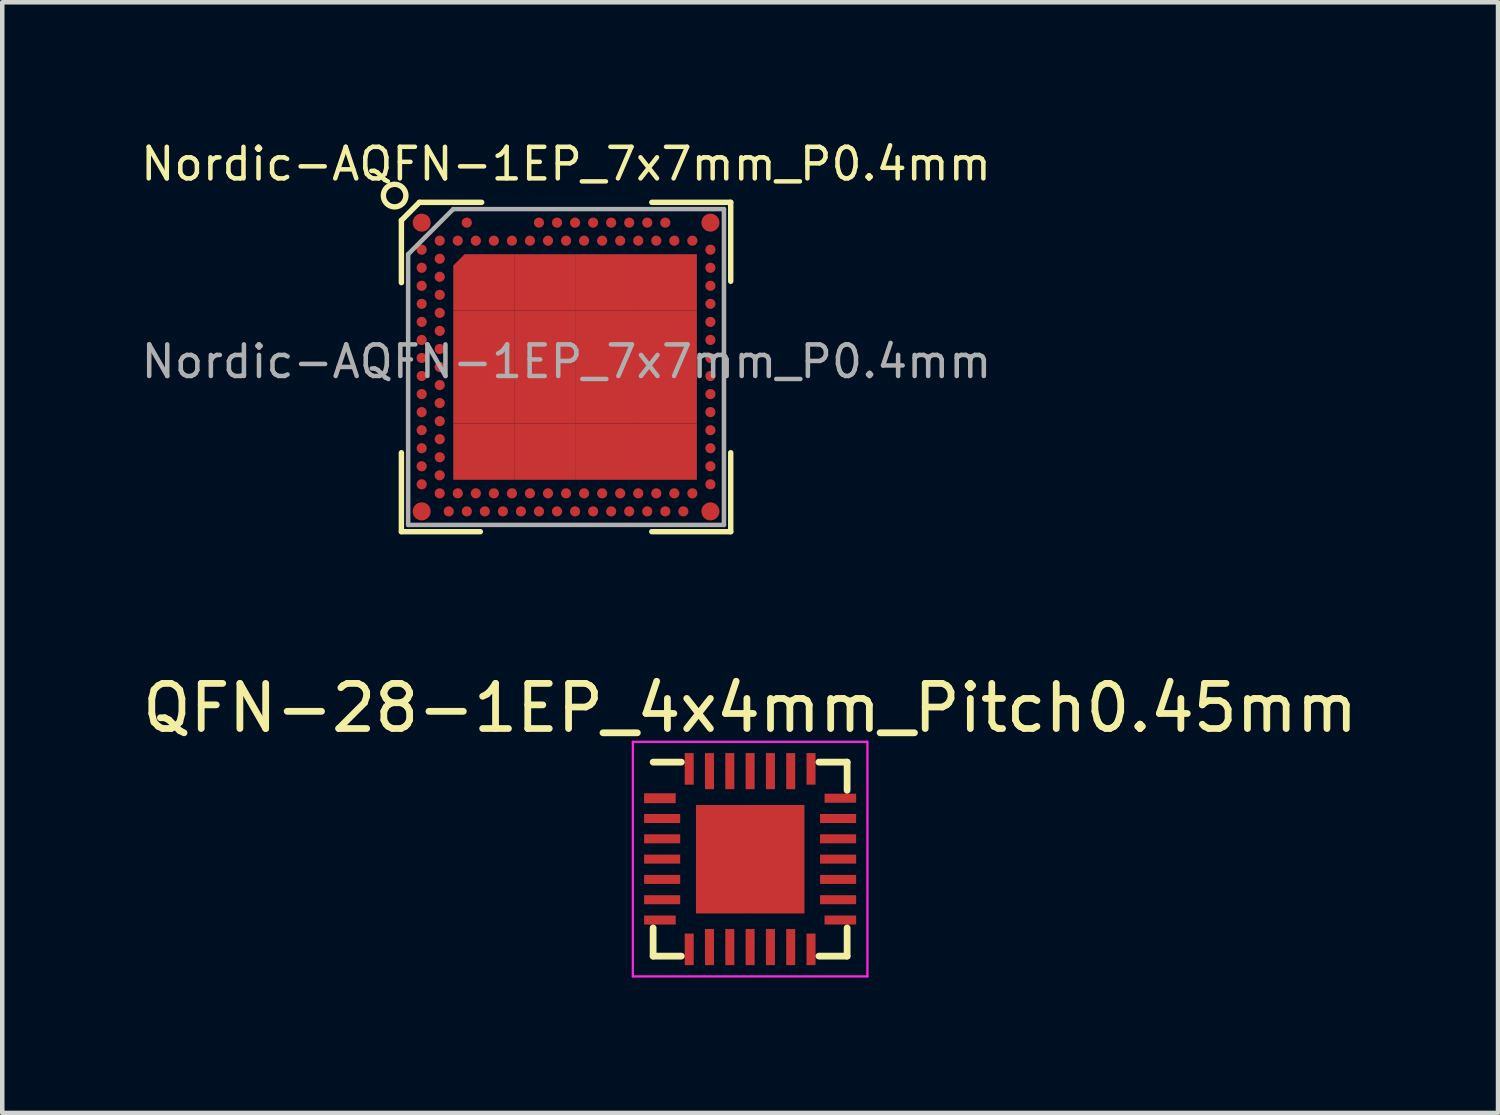
<source format=kicad_pcb>
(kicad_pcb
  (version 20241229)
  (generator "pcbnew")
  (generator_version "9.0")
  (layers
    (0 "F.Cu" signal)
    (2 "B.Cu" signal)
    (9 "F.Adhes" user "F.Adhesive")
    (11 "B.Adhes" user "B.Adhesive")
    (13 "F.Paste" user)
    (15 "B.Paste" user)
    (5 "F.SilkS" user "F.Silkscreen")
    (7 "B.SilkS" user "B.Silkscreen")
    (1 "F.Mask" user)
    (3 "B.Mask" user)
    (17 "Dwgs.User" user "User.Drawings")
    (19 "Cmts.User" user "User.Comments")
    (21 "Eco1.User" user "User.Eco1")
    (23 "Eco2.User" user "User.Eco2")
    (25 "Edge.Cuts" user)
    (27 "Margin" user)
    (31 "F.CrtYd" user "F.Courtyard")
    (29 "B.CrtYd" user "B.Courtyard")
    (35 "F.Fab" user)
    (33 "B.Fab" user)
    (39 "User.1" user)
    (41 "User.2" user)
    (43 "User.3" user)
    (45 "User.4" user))
  (footprint "QFN-28-1EP_4x4mm_Pitch0.45mm"
    (layer "F.Cu")
    (at 13.577 15.993)
    (property "Reference" "QFN-28-1EP_4x4mm_Pitch0.45mm" (at 0 -3.35 0) (layer "F.SilkS") (effects (font (size 1 1) (thickness 0.15))))
    (attr smd)
    (fp_line (start -2.15 -2.15) (end -1.525 -2.15) (stroke (width 0.15) (type solid)) (layer "F.SilkS"))
    (fp_line (start -2.15 2.15) (end -2.15 1.525) (stroke (width 0.15) (type solid)) (layer "F.SilkS"))
    (fp_line (start -2.15 2.15) (end -1.525 2.15) (stroke (width 0.15) (type solid)) (layer "F.SilkS"))
    (fp_line (start 2.15 -2.15) (end 1.525 -2.15) (stroke (width 0.15) (type solid)) (layer "F.SilkS"))
    (fp_line (start 2.15 -2.15) (end 2.15 -1.525) (stroke (width 0.15) (type solid)) (layer "F.SilkS"))
    (fp_line (start 2.15 2.15) (end 1.525 2.15) (stroke (width 0.15) (type solid)) (layer "F.SilkS"))
    (fp_line (start 2.15 2.15) (end 2.15 1.525) (stroke (width 0.15) (type solid)) (layer "F.SilkS"))
    (fp_line (start -2.6 -2.6) (end -2.6 2.6) (stroke (width 0.05) (type solid)) (layer "F.CrtYd"))
    (fp_line (start -2.6 -2.6) (end 2.6 -2.6) (stroke (width 0.05) (type solid)) (layer "F.CrtYd"))
    (fp_line (start -2.6 2.6) (end 2.6 2.6) (stroke (width 0.05) (type solid)) (layer "F.CrtYd"))
    (fp_line (start 2.6 -2.6) (end 2.6 2.6) (stroke (width 0.05) (type solid)) (layer "F.CrtYd"))
    (pad "1" smd rect (at -2 -1.35) (size 0.7 0.22) (layers "F.Cu" "F.Mask" "F.Paste"))
    (pad "2" smd rect (at -1.95 -0.9) (size 0.8 0.2) (layers "F.Cu" "F.Mask" "F.Paste"))
    (pad "3" smd rect (at -1.95 -0.45) (size 0.8 0.2) (layers "F.Cu" "F.Mask" "F.Paste"))
    (pad "4" smd rect (at -1.95 0) (size 0.8 0.2) (layers "F.Cu" "F.Mask" "F.Paste"))
    (pad "5" smd rect (at -1.95 0.45) (size 0.8 0.2) (layers "F.Cu" "F.Mask" "F.Paste"))
    (pad "6" smd rect (at -1.95 0.9) (size 0.8 0.2) (layers "F.Cu" "F.Mask" "F.Paste"))
    (pad "7" smd rect (at -2 1.35) (size 0.7 0.2) (layers "F.Cu" "F.Mask" "F.Paste"))
    (pad "8" smd rect (at -1.35 2 90) (size 0.7 0.2) (layers "F.Cu" "F.Mask" "F.Paste"))
    (pad "9" smd rect (at -0.9 1.95 90) (size 0.8 0.2) (layers "F.Cu" "F.Mask" "F.Paste"))
    (pad "10" smd rect (at -0.45 1.95 90) (size 0.8 0.2) (layers "F.Cu" "F.Mask" "F.Paste"))
    (pad "11" smd rect (at 0 1.95 90) (size 0.8 0.2) (layers "F.Cu" "F.Mask" "F.Paste"))
    (pad "12" smd rect (at 0.45 1.95 90) (size 0.8 0.2) (layers "F.Cu" "F.Mask" "F.Paste"))
    (pad "13" smd rect (at 0.9 1.95 90) (size 0.8 0.2) (layers "F.Cu" "F.Mask" "F.Paste"))
    (pad "14" smd rect (at 1.35 2 90) (size 0.7 0.2) (layers "F.Cu" "F.Mask" "F.Paste"))
    (pad "15" smd rect (at 2 1.35) (size 0.7 0.2) (layers "F.Cu" "F.Mask" "F.Paste"))
    (pad "16" smd rect (at 1.95 0.9) (size 0.8 0.2) (layers "F.Cu" "F.Mask" "F.Paste"))
    (pad "17" smd rect (at 1.95 0.45) (size 0.8 0.2) (layers "F.Cu" "F.Mask" "F.Paste"))
    (pad "18" smd rect (at 1.95 0) (size 0.8 0.2) (layers "F.Cu" "F.Mask" "F.Paste"))
    (pad "19" smd rect (at 1.95 -0.45) (size 0.8 0.2) (layers "F.Cu" "F.Mask" "F.Paste"))
    (pad "20" smd rect (at 1.95 -0.9) (size 0.8 0.2) (layers "F.Cu" "F.Mask" "F.Paste"))
    (pad "21" smd rect (at 2 -1.35) (size 0.7 0.2) (layers "F.Cu" "F.Mask" "F.Paste"))
    (pad "22" smd rect (at 1.35 -2 90) (size 0.7 0.2) (layers "F.Cu" "F.Mask" "F.Paste"))
    (pad "23" smd rect (at 0.9 -1.95 90) (size 0.8 0.2) (layers "F.Cu" "F.Mask" "F.Paste"))
    (pad "24" smd rect (at 0.45 -1.95 90) (size 0.8 0.2) (layers "F.Cu" "F.Mask" "F.Paste"))
    (pad "25" smd rect (at 0 -1.95 90) (size 0.8 0.2) (layers "F.Cu" "F.Mask" "F.Paste"))
    (pad "26" smd rect (at -0.45 -1.95 90) (size 0.8 0.2) (layers "F.Cu" "F.Mask" "F.Paste"))
    (pad "27" smd rect (at -0.9 -1.95 90) (size 0.8 0.2) (layers "F.Cu" "F.Mask" "F.Paste"))
    (pad "28" smd rect (at -1.35 -2 90) (size 0.7 0.2) (layers "F.Cu" "F.Mask" "F.Paste"))
    (pad "29" smd rect (at -0.6 0.6) (size 1.2 1.2) (layers "F.Cu" "F.Mask" "F.Paste"))
    (pad "29" smd rect (at 0 0) (size 2.4 2.4) (layers "F.Cu" "F.Mask" "F.Paste"))
    (pad "29" smd rect (at 0.6 -0.6) (size 1.2 1.2) (layers "F.Cu" "F.Mask" "F.Paste"))
    (pad "29" smd rect (at 0.6 0.6) (size 1.2 1.2) (layers "F.Cu" "F.Mask" "F.Paste")))
  (footprint "Nordic-AQFN-1EP_7x7mm_P0.4mm"
    (layer "F.Cu")
    (at 9.497 5.085)
    (property "Reference" "Nordic-AQFN-1EP_7x7mm_P0.4mm" (at 0 -4.5 0) (layer "F.SilkS") (effects (font (size 0.7 0.7) (thickness 0.1))))
    (attr smd)
    (fp_line (start -3.65 -3.25) (end -3.65 -1.87) (stroke (width 0.12) (type solid)) (layer "F.SilkS"))
    (fp_line (start -3.65 3.65) (end -3.65 1.9) (stroke (width 0.12) (type solid)) (layer "F.SilkS"))
    (fp_line (start -3.25 -3.65) (end -3.65 -3.25) (stroke (width 0.12) (type solid)) (layer "F.SilkS"))
    (fp_line (start -3.25 -3.65) (end -1.87 -3.65) (stroke (width 0.12) (type solid)) (layer "F.SilkS"))
    (fp_line (start -1.9 3.65) (end -3.65 3.65) (stroke (width 0.12) (type solid)) (layer "F.SilkS"))
    (fp_line (start 1.9 -3.65) (end 3.65 -3.65) (stroke (width 0.12) (type solid)) (layer "F.SilkS"))
    (fp_line (start 1.9 3.65) (end 3.65 3.65) (stroke (width 0.12) (type solid)) (layer "F.SilkS"))
    (fp_line (start 3.65 -3.65) (end 3.65 -1.9) (stroke (width 0.12) (type solid)) (layer "F.SilkS"))
    (fp_line (start 3.65 3.65) (end 3.65 1.9) (stroke (width 0.12) (type solid)) (layer "F.SilkS"))
    (fp_circle (center -3.8 -3.8) (end -3.65 -3.6) (stroke (width 0.12) (type solid)) (fill no) (layer "F.SilkS"))
    (fp_line (start -3.5 -2.5) (end -3.5 3.5) (stroke (width 0.1) (type solid)) (layer "F.Fab"))
    (fp_line (start -3.5 3.5) (end 3.5 3.5) (stroke (width 0.1) (type solid)) (layer "F.Fab"))
    (fp_line (start -2.5 -3.5) (end -3.5 -2.5) (stroke (width 0.1) (type solid)) (layer "F.Fab"))
    (fp_line (start 3.5 -3.5) (end -2.5 -3.5) (stroke (width 0.1) (type solid)) (layer "F.Fab"))
    (fp_line (start 3.5 3.5) (end 3.5 -3.5) (stroke (width 0.1) (type solid)) (layer "F.Fab"))
    (fp_text user "${REFERENCE}" (at 0.01 -0.12 0) (layer "F.Fab") (effects (font (size 0.7 0.7) (thickness 0.1))))
    (pad "A1" smd circle (at -3.2 -3.2) (size 0.4 0.4) (layers "F.Cu" "F.Mask" "F.Paste"))
    (pad "A5" smd circle (at -2.2 -3.2) (size 0.225 0.225) (layers "F.Cu" "F.Mask" "F.Paste"))
    (pad "A13" smd circle (at -0.6 -3.2) (size 0.225 0.225) (layers "F.Cu" "F.Mask" "F.Paste"))
    (pad "A15" smd circle (at -0.2 -3.2) (size 0.225 0.225) (layers "F.Cu" "F.Mask" "F.Paste"))
    (pad "A17" smd circle (at 0.2 -3.2) (size 0.225 0.225) (layers "F.Cu" "F.Mask" "F.Paste"))
    (pad "A19" smd circle (at 0.6 -3.2) (size 0.225 0.225) (layers "F.Cu" "F.Mask" "F.Paste"))
    (pad "A21" smd circle (at 1 -3.2) (size 0.225 0.225) (layers "F.Cu" "F.Mask" "F.Paste"))
    (pad "A23" smd circle (at 1.4 -3.2) (size 0.225 0.225) (layers "F.Cu" "F.Mask" "F.Paste"))
    (pad "A25" smd circle (at 1.8 -3.2) (size 0.225 0.225) (layers "F.Cu" "F.Mask" "F.Paste"))
    (pad "A27" smd circle (at 2.2 -3.2) (size 0.225 0.225) (layers "F.Cu" "F.Mask" "F.Paste"))
    (pad "A31" smd circle (at 3.2 -3.2) (size 0.4 0.4) (layers "F.Cu" "F.Mask" "F.Paste"))
    (pad "AA1" smd circle (at -3.2 1) (size 0.225 0.225) (layers "F.Cu" "F.Mask" "F.Paste"))
    (pad "AA31" smd circle (at 3.2 1) (size 0.225 0.225) (layers "F.Cu" "F.Mask" "F.Paste"))
    (pad "AB2" smd circle (at -2.8 1.2) (size 0.225 0.225) (layers "F.Cu" "F.Mask" "F.Paste"))
    (pad "AC1" smd circle (at -3.2 1.4) (size 0.225 0.225) (layers "F.Cu" "F.Mask" "F.Paste"))
    (pad "AC31" smd circle (at 3.2 1.4) (size 0.225 0.225) (layers "F.Cu" "F.Mask" "F.Paste"))
    (pad "AD2" smd circle (at -2.8 1.6) (size 0.225 0.225) (layers "F.Cu" "F.Mask" "F.Paste"))
    (pad "AE1" smd circle (at -3.2 1.8) (size 0.225 0.225) (layers "F.Cu" "F.Mask" "F.Paste"))
    (pad "AE31" smd circle (at 3.2 1.8) (size 0.225 0.225) (layers "F.Cu" "F.Mask" "F.Paste"))
    (pad "AF2" smd circle (at -2.8 2) (size 0.225 0.225) (layers "F.Cu" "F.Mask" "F.Paste"))
    (pad "AG1" smd circle (at -3.2 2.2) (size 0.225 0.225) (layers "F.Cu" "F.Mask" "F.Paste"))
    (pad "AG31" smd circle (at 3.2 2.2) (size 0.225 0.225) (layers "F.Cu" "F.Mask" "F.Paste"))
    (pad "AH2" smd circle (at -2.8 2.4) (size 0.225 0.225) (layers "F.Cu" "F.Mask" "F.Paste"))
    (pad "AJ1" smd circle (at -3.2 2.6) (size 0.225 0.225) (layers "F.Cu" "F.Mask" "F.Paste"))
    (pad "AJ31" smd circle (at 3.2 2.6) (size 0.225 0.225) (layers "F.Cu" "F.Mask" "F.Paste"))
    (pad "AK2" smd circle (at -2.8 2.8) (size 0.225 0.225) (layers "F.Cu" "F.Mask" "F.Paste"))
    (pad "AK4" smd circle (at -2.4 2.8) (size 0.225 0.225) (layers "F.Cu" "F.Mask" "F.Paste"))
    (pad "AK6" smd circle (at -2 2.8) (size 0.225 0.225) (layers "F.Cu" "F.Mask" "F.Paste"))
    (pad "AK8" smd circle (at -1.6 2.8) (size 0.225 0.225) (layers "F.Cu" "F.Mask" "F.Paste"))
    (pad "AK10" smd circle (at -1.2 2.8) (size 0.225 0.225) (layers "F.Cu" "F.Mask" "F.Paste"))
    (pad "AK12" smd circle (at -0.8 2.8) (size 0.225 0.225) (layers "F.Cu" "F.Mask" "F.Paste"))
    (pad "AK14" smd circle (at -0.4 2.8) (size 0.225 0.225) (layers "F.Cu" "F.Mask" "F.Paste"))
    (pad "AK16" smd circle (at 0 2.8) (size 0.225 0.225) (layers "F.Cu" "F.Mask" "F.Paste"))
    (pad "AK18" smd circle (at 0.4 2.8) (size 0.225 0.225) (layers "F.Cu" "F.Mask" "F.Paste"))
    (pad "AK20" smd circle (at 0.8 2.8) (size 0.225 0.225) (layers "F.Cu" "F.Mask" "F.Paste"))
    (pad "AK22" smd circle (at 1.2 2.8) (size 0.225 0.225) (layers "F.Cu" "F.Mask" "F.Paste"))
    (pad "AK24" smd circle (at 1.6 2.8) (size 0.225 0.225) (layers "F.Cu" "F.Mask" "F.Paste"))
    (pad "AK26" smd circle (at 2 2.8) (size 0.225 0.225) (layers "F.Cu" "F.Mask" "F.Paste"))
    (pad "AK28" smd circle (at 2.4 2.8) (size 0.225 0.225) (layers "F.Cu" "F.Mask" "F.Paste"))
    (pad "AK30" smd circle (at 2.8 2.8) (size 0.225 0.225) (layers "F.Cu" "F.Mask" "F.Paste"))
    (pad "AL1" smd circle (at -3.2 3.2) (size 0.4 0.4) (layers "F.Cu" "F.Mask" "F.Paste"))
    (pad "AL3" smd circle (at -2.6 3.2) (size 0.225 0.225) (layers "F.Cu" "F.Mask" "F.Paste"))
    (pad "AL5" smd circle (at -2.2 3.2) (size 0.225 0.225) (layers "F.Cu" "F.Mask" "F.Paste"))
    (pad "AL7" smd circle (at -1.8 3.2) (size 0.225 0.225) (layers "F.Cu" "F.Mask" "F.Paste"))
    (pad "AL9" smd circle (at -1.4 3.2) (size 0.225 0.225) (layers "F.Cu" "F.Mask" "F.Paste"))
    (pad "AL11" smd circle (at -1 3.2) (size 0.225 0.225) (layers "F.Cu" "F.Mask" "F.Paste"))
    (pad "AL13" smd circle (at -0.6 3.2) (size 0.225 0.225) (layers "F.Cu" "F.Mask" "F.Paste"))
    (pad "AL15" smd circle (at -0.2 3.2) (size 0.225 0.225) (layers "F.Cu" "F.Mask" "F.Paste"))
    (pad "AL17" smd circle (at 0.2 3.2) (size 0.225 0.225) (layers "F.Cu" "F.Mask" "F.Paste"))
    (pad "AL19" smd circle (at 0.6 3.2) (size 0.225 0.225) (layers "F.Cu" "F.Mask" "F.Paste"))
    (pad "AL21" smd circle (at 1 3.2) (size 0.225 0.225) (layers "F.Cu" "F.Mask" "F.Paste"))
    (pad "AL23" smd circle (at 1.4 3.2) (size 0.225 0.225) (layers "F.Cu" "F.Mask" "F.Paste"))
    (pad "AL25" smd circle (at 1.8 3.2) (size 0.225 0.225) (layers "F.Cu" "F.Mask" "F.Paste"))
    (pad "AL27" smd circle (at 2.2 3.2) (size 0.225 0.225) (layers "F.Cu" "F.Mask" "F.Paste"))
    (pad "AL29" smd circle (at 2.6 3.2) (size 0.225 0.225) (layers "F.Cu" "F.Mask" "F.Paste"))
    (pad "AL31" smd circle (at 3.2 3.2) (size 0.4 0.4) (layers "F.Cu" "F.Mask" "F.Paste"))
    (pad "B2" smd circle (at -2.8 -2.8) (size 0.225 0.225) (layers "F.Cu" "F.Mask" "F.Paste"))
    (pad "B4" smd circle (at -2.4 -2.8) (size 0.225 0.225) (layers "F.Cu" "F.Mask" "F.Paste"))
    (pad "B6" smd circle (at -2 -2.8) (size 0.225 0.225) (layers "F.Cu" "F.Mask" "F.Paste"))
    (pad "B8" smd circle (at -1.6 -2.8) (size 0.225 0.225) (layers "F.Cu" "F.Mask" "F.Paste"))
    (pad "B10" smd circle (at -1.2 -2.8) (size 0.225 0.225) (layers "F.Cu" "F.Mask" "F.Paste"))
    (pad "B12" smd circle (at -0.8 -2.8) (size 0.225 0.225) (layers "F.Cu" "F.Mask" "F.Paste"))
    (pad "B14" smd circle (at -0.4 -2.8) (size 0.225 0.225) (layers "F.Cu" "F.Mask" "F.Paste"))
    (pad "B16" smd circle (at 0 -2.8) (size 0.225 0.225) (layers "F.Cu" "F.Mask" "F.Paste"))
    (pad "B18" smd circle (at 0.4 -2.8) (size 0.225 0.225) (layers "F.Cu" "F.Mask" "F.Paste"))
    (pad "B20" smd circle (at 0.8 -2.8) (size 0.225 0.225) (layers "F.Cu" "F.Mask" "F.Paste"))
    (pad "B22" smd circle (at 1.2 -2.8) (size 0.225 0.225) (layers "F.Cu" "F.Mask" "F.Paste"))
    (pad "B24" smd circle (at 1.6 -2.8) (size 0.225 0.225) (layers "F.Cu" "F.Mask" "F.Paste"))
    (pad "B26" smd circle (at 2 -2.8) (size 0.225 0.225) (layers "F.Cu" "F.Mask" "F.Paste"))
    (pad "B28" smd circle (at 2.4 -2.8) (size 0.225 0.225) (layers "F.Cu" "F.Mask" "F.Paste"))
    (pad "B30" smd circle (at 2.8 -2.8) (size 0.225 0.225) (layers "F.Cu" "F.Mask" "F.Paste"))
    (pad "C1" smd circle (at -3.2 -2.6) (size 0.225 0.225) (layers "F.Cu" "F.Mask" "F.Paste"))
    (pad "C31" smd circle (at 3.2 -2.6) (size 0.225 0.225) (layers "F.Cu" "F.Mask" "F.Paste"))
    (pad "D2" smd circle (at -2.8 -2.4) (size 0.225 0.225) (layers "F.Cu" "F.Mask" "F.Paste"))
    (pad "E1" smd circle (at -3.2 -2.2) (size 0.225 0.225) (layers "F.Cu" "F.Mask" "F.Paste"))
    (pad "E31" smd circle (at 3.2 -2.2) (size 0.225 0.225) (layers "F.Cu" "F.Mask" "F.Paste"))
    (pad "F2" smd circle (at -2.8 -2) (size 0.225 0.225) (layers "F.Cu" "F.Mask" "F.Paste"))
    (pad "G1" smd circle (at -3.2 -1.8) (size 0.225 0.225) (layers "F.Cu" "F.Mask" "F.Paste"))
    (pad "G31" smd circle (at 3.2 -1.8) (size 0.225 0.225) (layers "F.Cu" "F.Mask" "F.Paste"))
    (pad "H2" smd circle (at -2.8 -1.6) (size 0.225 0.225) (layers "F.Cu" "F.Mask" "F.Paste"))
    (pad "J1" smd circle (at -3.2 -1.4) (size 0.225 0.225) (layers "F.Cu" "F.Mask" "F.Paste"))
    (pad "J31" smd circle (at 3.2 -1.4) (size 0.225 0.225) (layers "F.Cu" "F.Mask" "F.Paste"))
    (pad "K2" smd circle (at -2.8 -1.2) (size 0.225 0.225) (layers "F.Cu" "F.Mask" "F.Paste"))
    (pad "L1" smd circle (at -3.2 -1) (size 0.225 0.225) (layers "F.Cu" "F.Mask" "F.Paste"))
    (pad "L31" smd circle (at 3.2 -1) (size 0.225 0.225) (layers "F.Cu" "F.Mask" "F.Paste"))
    (pad "M2" smd circle (at -2.8 -0.8) (size 0.225 0.225) (layers "F.Cu" "F.Mask" "F.Paste"))
    (pad "N1" smd circle (at -3.2 -0.6) (size 0.225 0.225) (layers "F.Cu" "F.Mask" "F.Paste"))
    (pad "N31" smd circle (at 3.2 -0.6) (size 0.225 0.225) (layers "F.Cu" "F.Mask" "F.Paste"))
    (pad "P2" smd circle (at -2.8 -0.4) (size 0.225 0.225) (layers "F.Cu" "F.Mask" "F.Paste"))
    (pad "PAD" smd roundrect (at -1.825 -1.875) (size 1.35 1.25) (layers "F.Cu" "F.Mask" "F.Paste") (roundrect_rratio 0) (chamfer_ratio 0.2) (chamfer top_left))
    (pad "PAD" smd rect (at -1.825 -0.625) (size 1.35 1.25) (layers "F.Cu" "F.Mask" "F.Paste"))
    (pad "PAD" smd rect (at -1.825 0.625) (size 1.35 1.25) (layers "F.Cu" "F.Mask" "F.Paste"))
    (pad "PAD" smd rect (at -1.825 1.875) (size 1.35 1.25) (layers "F.Cu" "F.Mask" "F.Paste"))
    (pad "PAD" smd rect (at -0.475 -1.875) (size 1.35 1.25) (layers "F.Cu" "F.Mask" "F.Paste"))
    (pad "PAD" smd rect (at -0.475 -0.625) (size 1.35 1.25) (layers "F.Cu" "F.Mask" "F.Paste"))
    (pad "PAD" smd rect (at -0.475 0.625) (size 1.35 1.25) (layers "F.Cu" "F.Mask" "F.Paste"))
    (pad "PAD" smd rect (at -0.475 1.875) (size 1.35 1.25) (layers "F.Cu" "F.Mask" "F.Paste"))
    (pad "PAD" smd rect (at 0.875 -1.875) (size 1.35 1.25) (layers "F.Cu" "F.Mask" "F.Paste"))
    (pad "PAD" smd rect (at 0.875 -0.625) (size 1.35 1.25) (layers "F.Cu" "F.Mask" "F.Paste"))
    (pad "PAD" smd rect (at 0.875 0.625) (size 1.35 1.25) (layers "F.Cu" "F.Mask" "F.Paste"))
    (pad "PAD" smd rect (at 0.875 1.875) (size 1.35 1.25) (layers "F.Cu" "F.Mask" "F.Paste"))
    (pad "PAD" smd rect (at 2.225 -1.875) (size 1.35 1.25) (layers "F.Cu" "F.Mask" "F.Paste"))
    (pad "PAD" smd rect (at 2.225 -0.625) (size 1.35 1.25) (layers "F.Cu" "F.Mask" "F.Paste"))
    (pad "PAD" smd rect (at 2.225 0.625) (size 1.35 1.25) (layers "F.Cu" "F.Mask" "F.Paste"))
    (pad "PAD" smd rect (at 2.225 1.875) (size 1.35 1.25) (layers "F.Cu" "F.Mask" "F.Paste"))
    (pad "R1" smd circle (at -3.2 -0.2) (size 0.225 0.225) (layers "F.Cu" "F.Mask" "F.Paste"))
    (pad "R31" smd circle (at 3.2 -0.2) (size 0.225 0.225) (layers "F.Cu" "F.Mask" "F.Paste"))
    (pad "T2" smd circle (at -2.8 0) (size 0.225 0.225) (layers "F.Cu" "F.Mask" "F.Paste"))
    (pad "U1" smd circle (at -3.2 0.2) (size 0.225 0.225) (layers "F.Cu" "F.Mask" "F.Paste"))
    (pad "U31" smd circle (at 3.2 0.2) (size 0.225 0.225) (layers "F.Cu" "F.Mask" "F.Paste"))
    (pad "V2" smd circle (at -2.8 0.4) (size 0.225 0.225) (layers "F.Cu" "F.Mask" "F.Paste"))
    (pad "W1" smd circle (at -3.2 0.6) (size 0.225 0.225) (layers "F.Cu" "F.Mask" "F.Paste"))
    (pad "W31" smd circle (at 3.2 0.6) (size 0.225 0.225) (layers "F.Cu" "F.Mask" "F.Paste"))
    (pad "Y2" smd circle (at -2.8 0.8) (size 0.225 0.225) (layers "F.Cu" "F.Mask" "F.Paste")))
  (gr_rect
    (start -3 -3)
    (end 30.155 21.618)
    (stroke (width 0.1) (type default))
    (fill no)
    (layer "Edge.Cuts")))
</source>
